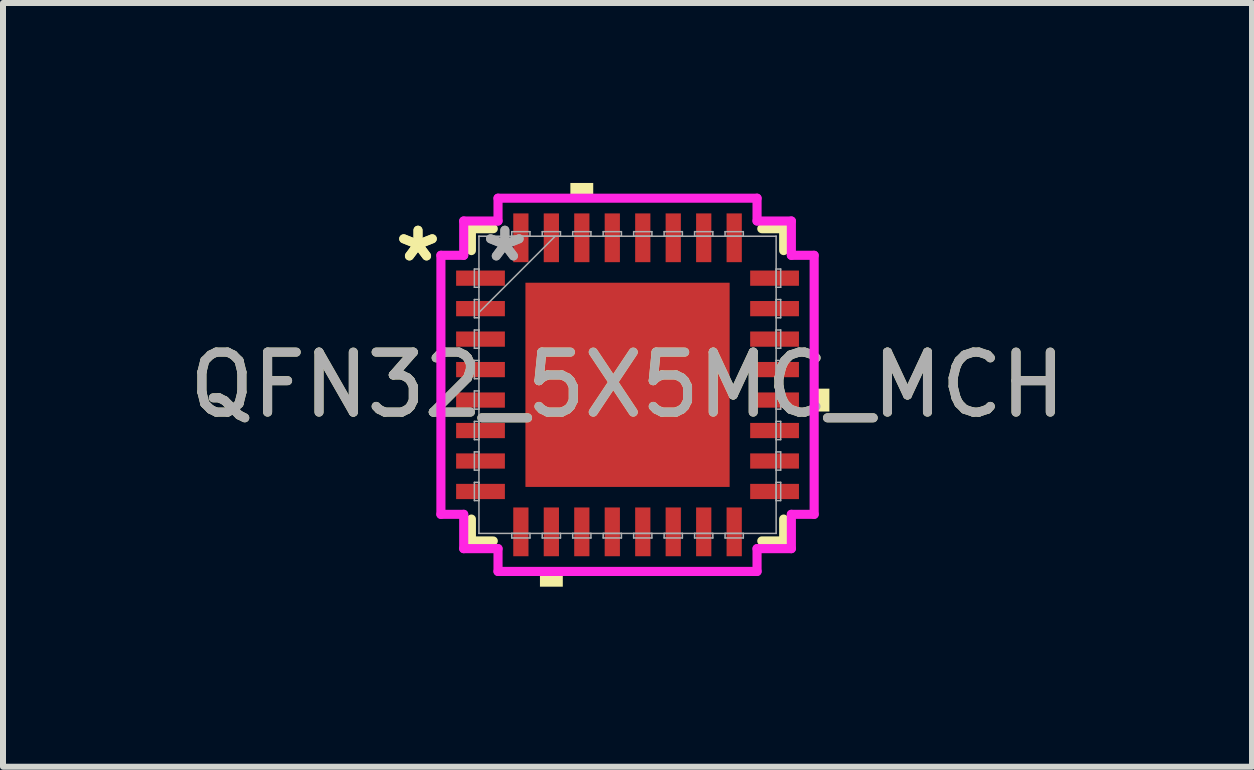
<source format=kicad_pcb>
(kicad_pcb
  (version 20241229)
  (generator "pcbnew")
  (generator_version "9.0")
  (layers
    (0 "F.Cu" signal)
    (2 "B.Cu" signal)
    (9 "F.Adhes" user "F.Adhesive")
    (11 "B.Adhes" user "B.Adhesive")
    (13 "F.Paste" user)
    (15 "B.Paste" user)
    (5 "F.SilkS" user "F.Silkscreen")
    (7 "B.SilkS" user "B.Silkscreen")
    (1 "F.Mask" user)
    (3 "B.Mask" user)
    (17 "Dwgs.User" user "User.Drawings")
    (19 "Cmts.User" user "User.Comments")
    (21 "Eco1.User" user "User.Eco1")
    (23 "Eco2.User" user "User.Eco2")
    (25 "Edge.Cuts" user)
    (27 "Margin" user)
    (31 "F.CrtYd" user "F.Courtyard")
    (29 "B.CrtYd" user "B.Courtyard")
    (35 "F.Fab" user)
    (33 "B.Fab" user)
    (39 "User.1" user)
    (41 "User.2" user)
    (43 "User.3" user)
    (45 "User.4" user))
  (footprint "QFN32_5X5MC_MCH"
    (layer "F.Cu")
    (at 7.411 3.365)
    (property "Reference" "QFN32_5X5MC_MCH" (at 0 0 0) (unlocked yes) (layer "F.SilkS") (effects (font (size 1 1) (thickness 0.15))))
    (attr smd)
    (fp_line (start -2.603 -2.603) (end -2.603 -2.238) (stroke (width 0.152) (type solid)) (layer "F.SilkS"))
    (fp_line (start -2.603 2.238) (end -2.603 2.603) (stroke (width 0.152) (type solid)) (layer "F.SilkS"))
    (fp_line (start -2.603 2.603) (end -2.238 2.603) (stroke (width 0.152) (type solid)) (layer "F.SilkS"))
    (fp_line (start -2.238 -2.603) (end -2.603 -2.603) (stroke (width 0.152) (type solid)) (layer "F.SilkS"))
    (fp_line (start 2.238 2.603) (end 2.603 2.603) (stroke (width 0.152) (type solid)) (layer "F.SilkS"))
    (fp_line (start 2.603 -2.603) (end 2.238 -2.603) (stroke (width 0.152) (type solid)) (layer "F.SilkS"))
    (fp_line (start 2.603 -2.238) (end 2.603 -2.603) (stroke (width 0.152) (type solid)) (layer "F.SilkS"))
    (fp_line (start 2.603 2.603) (end 2.603 2.238) (stroke (width 0.152) (type solid)) (layer "F.SilkS"))
    (fp_poly (pts (xy -1.46 3.111) (xy -1.46 3.365) (xy -1.079 3.365) (xy -1.079 3.111)) (stroke (width 0) (type solid)) (fill yes) (layer "F.SilkS"))
    (fp_poly (pts (xy -0.953 -3.111) (xy -0.953 -3.365) (xy -0.572 -3.365) (xy -0.572 -3.111)) (stroke (width 0) (type solid)) (fill yes) (layer "F.SilkS"))
    (fp_poly (pts (xy 3.365 0.064) (xy 3.365 0.445) (xy 3.111 0.445) (xy 3.111 0.064)) (stroke (width 0) (type solid)) (fill yes) (layer "F.SilkS"))
    (fp_poly (pts (xy -1.602 -1.602) (xy -1.602 -0.1) (xy -0.1 -0.1) (xy -0.1 -1.602)) (stroke (width 0) (type solid)) (fill yes) (layer "F.Paste"))
    (fp_poly (pts (xy -1.602 0.1) (xy -1.602 1.602) (xy -0.1 1.602) (xy -0.1 0.1)) (stroke (width 0) (type solid)) (fill yes) (layer "F.Paste"))
    (fp_poly (pts (xy 0.1 -1.602) (xy 0.1 -0.1) (xy 1.602 -0.1) (xy 1.602 -1.602)) (stroke (width 0) (type solid)) (fill yes) (layer "F.Paste"))
    (fp_poly (pts (xy 0.1 0.1) (xy 0.1 1.602) (xy 1.602 1.602) (xy 1.602 0.1)) (stroke (width 0) (type solid)) (fill yes) (layer "F.Paste"))
    (fp_line (start -3.111 -2.159) (end -2.731 -2.159) (stroke (width 0.152) (type solid)) (layer "F.CrtYd"))
    (fp_line (start -3.111 2.159) (end -3.111 -2.159) (stroke (width 0.152) (type solid)) (layer "F.CrtYd"))
    (fp_line (start -2.731 -2.731) (end -2.159 -2.731) (stroke (width 0.152) (type solid)) (layer "F.CrtYd"))
    (fp_line (start -2.731 -2.159) (end -2.731 -2.731) (stroke (width 0.152) (type solid)) (layer "F.CrtYd"))
    (fp_line (start -2.731 2.159) (end -3.111 2.159) (stroke (width 0.152) (type solid)) (layer "F.CrtYd"))
    (fp_line (start -2.731 2.731) (end -2.731 2.159) (stroke (width 0.152) (type solid)) (layer "F.CrtYd"))
    (fp_line (start -2.159 -3.111) (end 2.159 -3.111) (stroke (width 0.152) (type solid)) (layer "F.CrtYd"))
    (fp_line (start -2.159 -2.731) (end -2.159 -3.111) (stroke (width 0.152) (type solid)) (layer "F.CrtYd"))
    (fp_line (start -2.159 2.731) (end -2.731 2.731) (stroke (width 0.152) (type solid)) (layer "F.CrtYd"))
    (fp_line (start -2.159 3.111) (end -2.159 2.731) (stroke (width 0.152) (type solid)) (layer "F.CrtYd"))
    (fp_line (start 2.159 -3.111) (end 2.159 -2.731) (stroke (width 0.152) (type solid)) (layer "F.CrtYd"))
    (fp_line (start 2.159 -2.731) (end 2.731 -2.731) (stroke (width 0.152) (type solid)) (layer "F.CrtYd"))
    (fp_line (start 2.159 2.731) (end 2.159 3.111) (stroke (width 0.152) (type solid)) (layer "F.CrtYd"))
    (fp_line (start 2.159 3.111) (end -2.159 3.111) (stroke (width 0.152) (type solid)) (layer "F.CrtYd"))
    (fp_line (start 2.731 -2.731) (end 2.731 -2.159) (stroke (width 0.152) (type solid)) (layer "F.CrtYd"))
    (fp_line (start 2.731 -2.159) (end 3.111 -2.159) (stroke (width 0.152) (type solid)) (layer "F.CrtYd"))
    (fp_line (start 2.731 2.159) (end 2.731 2.731) (stroke (width 0.152) (type solid)) (layer "F.CrtYd"))
    (fp_line (start 2.731 2.731) (end 2.159 2.731) (stroke (width 0.152) (type solid)) (layer "F.CrtYd"))
    (fp_line (start 3.111 -2.159) (end 3.111 2.159) (stroke (width 0.152) (type solid)) (layer "F.CrtYd"))
    (fp_line (start 3.111 2.159) (end 2.731 2.159) (stroke (width 0.152) (type solid)) (layer "F.CrtYd"))
    (fp_line (start -2.553 -1.93) (end -2.553 -1.626) (stroke (width 0.025) (type solid)) (layer "F.Fab"))
    (fp_line (start -2.553 -1.626) (end -2.477 -1.626) (stroke (width 0.025) (type solid)) (layer "F.Fab"))
    (fp_line (start -2.553 -1.422) (end -2.553 -1.118) (stroke (width 0.025) (type solid)) (layer "F.Fab"))
    (fp_line (start -2.553 -1.118) (end -2.477 -1.118) (stroke (width 0.025) (type solid)) (layer "F.Fab"))
    (fp_line (start -2.553 -0.914) (end -2.553 -0.61) (stroke (width 0.025) (type solid)) (layer "F.Fab"))
    (fp_line (start -2.553 -0.61) (end -2.477 -0.61) (stroke (width 0.025) (type solid)) (layer "F.Fab"))
    (fp_line (start -2.553 -0.406) (end -2.553 -0.102) (stroke (width 0.025) (type solid)) (layer "F.Fab"))
    (fp_line (start -2.553 -0.102) (end -2.477 -0.102) (stroke (width 0.025) (type solid)) (layer "F.Fab"))
    (fp_line (start -2.553 0.102) (end -2.553 0.406) (stroke (width 0.025) (type solid)) (layer "F.Fab"))
    (fp_line (start -2.553 0.406) (end -2.477 0.406) (stroke (width 0.025) (type solid)) (layer "F.Fab"))
    (fp_line (start -2.553 0.61) (end -2.553 0.914) (stroke (width 0.025) (type solid)) (layer "F.Fab"))
    (fp_line (start -2.553 0.914) (end -2.477 0.914) (stroke (width 0.025) (type solid)) (layer "F.Fab"))
    (fp_line (start -2.553 1.118) (end -2.553 1.422) (stroke (width 0.025) (type solid)) (layer "F.Fab"))
    (fp_line (start -2.553 1.422) (end -2.477 1.422) (stroke (width 0.025) (type solid)) (layer "F.Fab"))
    (fp_line (start -2.553 1.626) (end -2.553 1.93) (stroke (width 0.025) (type solid)) (layer "F.Fab"))
    (fp_line (start -2.553 1.93) (end -2.477 1.93) (stroke (width 0.025) (type solid)) (layer "F.Fab"))
    (fp_line (start -2.477 -2.477) (end -2.477 -2.477) (stroke (width 0.025) (type solid)) (layer "F.Fab"))
    (fp_line (start -2.477 -2.477) (end -2.477 2.477) (stroke (width 0.025) (type solid)) (layer "F.Fab"))
    (fp_line (start -2.477 -1.93) (end -2.553 -1.93) (stroke (width 0.025) (type solid)) (layer "F.Fab"))
    (fp_line (start -2.477 -1.626) (end -2.477 -1.93) (stroke (width 0.025) (type solid)) (layer "F.Fab"))
    (fp_line (start -2.477 -1.422) (end -2.553 -1.422) (stroke (width 0.025) (type solid)) (layer "F.Fab"))
    (fp_line (start -2.477 -1.206) (end -1.206 -2.477) (stroke (width 0.025) (type solid)) (layer "F.Fab"))
    (fp_line (start -2.477 -1.118) (end -2.477 -1.422) (stroke (width 0.025) (type solid)) (layer "F.Fab"))
    (fp_line (start -2.477 -0.914) (end -2.553 -0.914) (stroke (width 0.025) (type solid)) (layer "F.Fab"))
    (fp_line (start -2.477 -0.61) (end -2.477 -0.914) (stroke (width 0.025) (type solid)) (layer "F.Fab"))
    (fp_line (start -2.477 -0.406) (end -2.553 -0.406) (stroke (width 0.025) (type solid)) (layer "F.Fab"))
    (fp_line (start -2.477 -0.102) (end -2.477 -0.406) (stroke (width 0.025) (type solid)) (layer "F.Fab"))
    (fp_line (start -2.477 0.102) (end -2.553 0.102) (stroke (width 0.025) (type solid)) (layer "F.Fab"))
    (fp_line (start -2.477 0.406) (end -2.477 0.102) (stroke (width 0.025) (type solid)) (layer "F.Fab"))
    (fp_line (start -2.477 0.61) (end -2.553 0.61) (stroke (width 0.025) (type solid)) (layer "F.Fab"))
    (fp_line (start -2.477 0.914) (end -2.477 0.61) (stroke (width 0.025) (type solid)) (layer "F.Fab"))
    (fp_line (start -2.477 1.118) (end -2.553 1.118) (stroke (width 0.025) (type solid)) (layer "F.Fab"))
    (fp_line (start -2.477 1.422) (end -2.477 1.118) (stroke (width 0.025) (type solid)) (layer "F.Fab"))
    (fp_line (start -2.477 1.626) (end -2.553 1.626) (stroke (width 0.025) (type solid)) (layer "F.Fab"))
    (fp_line (start -2.477 1.93) (end -2.477 1.626) (stroke (width 0.025) (type solid)) (layer "F.Fab"))
    (fp_line (start -2.477 2.477) (end -2.477 2.477) (stroke (width 0.025) (type solid)) (layer "F.Fab"))
    (fp_line (start -2.477 2.477) (end 2.477 2.477) (stroke (width 0.025) (type solid)) (layer "F.Fab"))
    (fp_line (start -1.93 -2.553) (end -1.93 -2.477) (stroke (width 0.025) (type solid)) (layer "F.Fab"))
    (fp_line (start -1.93 -2.477) (end -1.626 -2.477) (stroke (width 0.025) (type solid)) (layer "F.Fab"))
    (fp_line (start -1.93 2.477) (end -1.93 2.553) (stroke (width 0.025) (type solid)) (layer "F.Fab"))
    (fp_line (start -1.93 2.553) (end -1.626 2.553) (stroke (width 0.025) (type solid)) (layer "F.Fab"))
    (fp_line (start -1.626 -2.553) (end -1.93 -2.553) (stroke (width 0.025) (type solid)) (layer "F.Fab"))
    (fp_line (start -1.626 -2.477) (end -1.626 -2.553) (stroke (width 0.025) (type solid)) (layer "F.Fab"))
    (fp_line (start -1.626 2.477) (end -1.93 2.477) (stroke (width 0.025) (type solid)) (layer "F.Fab"))
    (fp_line (start -1.626 2.553) (end -1.626 2.477) (stroke (width 0.025) (type solid)) (layer "F.Fab"))
    (fp_line (start -1.422 -2.553) (end -1.422 -2.477) (stroke (width 0.025) (type solid)) (layer "F.Fab"))
    (fp_line (start -1.422 -2.477) (end -1.118 -2.477) (stroke (width 0.025) (type solid)) (layer "F.Fab"))
    (fp_line (start -1.422 2.477) (end -1.422 2.553) (stroke (width 0.025) (type solid)) (layer "F.Fab"))
    (fp_line (start -1.422 2.553) (end -1.118 2.553) (stroke (width 0.025) (type solid)) (layer "F.Fab"))
    (fp_line (start -1.118 -2.553) (end -1.422 -2.553) (stroke (width 0.025) (type solid)) (layer "F.Fab"))
    (fp_line (start -1.118 -2.477) (end -1.118 -2.553) (stroke (width 0.025) (type solid)) (layer "F.Fab"))
    (fp_line (start -1.118 2.477) (end -1.422 2.477) (stroke (width 0.025) (type solid)) (layer "F.Fab"))
    (fp_line (start -1.118 2.553) (end -1.118 2.477) (stroke (width 0.025) (type solid)) (layer "F.Fab"))
    (fp_line (start -0.914 -2.553) (end -0.914 -2.477) (stroke (width 0.025) (type solid)) (layer "F.Fab"))
    (fp_line (start -0.914 -2.477) (end -0.61 -2.477) (stroke (width 0.025) (type solid)) (layer "F.Fab"))
    (fp_line (start -0.914 2.477) (end -0.914 2.553) (stroke (width 0.025) (type solid)) (layer "F.Fab"))
    (fp_line (start -0.914 2.553) (end -0.61 2.553) (stroke (width 0.025) (type solid)) (layer "F.Fab"))
    (fp_line (start -0.61 -2.553) (end -0.914 -2.553) (stroke (width 0.025) (type solid)) (layer "F.Fab"))
    (fp_line (start -0.61 -2.477) (end -0.61 -2.553) (stroke (width 0.025) (type solid)) (layer "F.Fab"))
    (fp_line (start -0.61 2.477) (end -0.914 2.477) (stroke (width 0.025) (type solid)) (layer "F.Fab"))
    (fp_line (start -0.61 2.553) (end -0.61 2.477) (stroke (width 0.025) (type solid)) (layer "F.Fab"))
    (fp_line (start -0.406 -2.553) (end -0.406 -2.477) (stroke (width 0.025) (type solid)) (layer "F.Fab"))
    (fp_line (start -0.406 -2.477) (end -0.102 -2.477) (stroke (width 0.025) (type solid)) (layer "F.Fab"))
    (fp_line (start -0.406 2.477) (end -0.406 2.553) (stroke (width 0.025) (type solid)) (layer "F.Fab"))
    (fp_line (start -0.406 2.553) (end -0.102 2.553) (stroke (width 0.025) (type solid)) (layer "F.Fab"))
    (fp_line (start -0.102 -2.553) (end -0.406 -2.553) (stroke (width 0.025) (type solid)) (layer "F.Fab"))
    (fp_line (start -0.102 -2.477) (end -0.102 -2.553) (stroke (width 0.025) (type solid)) (layer "F.Fab"))
    (fp_line (start -0.102 2.477) (end -0.406 2.477) (stroke (width 0.025) (type solid)) (layer "F.Fab"))
    (fp_line (start -0.102 2.553) (end -0.102 2.477) (stroke (width 0.025) (type solid)) (layer "F.Fab"))
    (fp_line (start 0.102 -2.553) (end 0.102 -2.477) (stroke (width 0.025) (type solid)) (layer "F.Fab"))
    (fp_line (start 0.102 -2.477) (end 0.406 -2.477) (stroke (width 0.025) (type solid)) (layer "F.Fab"))
    (fp_line (start 0.102 2.477) (end 0.102 2.553) (stroke (width 0.025) (type solid)) (layer "F.Fab"))
    (fp_line (start 0.102 2.553) (end 0.406 2.553) (stroke (width 0.025) (type solid)) (layer "F.Fab"))
    (fp_line (start 0.406 -2.553) (end 0.102 -2.553) (stroke (width 0.025) (type solid)) (layer "F.Fab"))
    (fp_line (start 0.406 -2.477) (end 0.406 -2.553) (stroke (width 0.025) (type solid)) (layer "F.Fab"))
    (fp_line (start 0.406 2.477) (end 0.102 2.477) (stroke (width 0.025) (type solid)) (layer "F.Fab"))
    (fp_line (start 0.406 2.553) (end 0.406 2.477) (stroke (width 0.025) (type solid)) (layer "F.Fab"))
    (fp_line (start 0.61 -2.553) (end 0.61 -2.477) (stroke (width 0.025) (type solid)) (layer "F.Fab"))
    (fp_line (start 0.61 -2.477) (end 0.914 -2.477) (stroke (width 0.025) (type solid)) (layer "F.Fab"))
    (fp_line (start 0.61 2.477) (end 0.61 2.553) (stroke (width 0.025) (type solid)) (layer "F.Fab"))
    (fp_line (start 0.61 2.553) (end 0.914 2.553) (stroke (width 0.025) (type solid)) (layer "F.Fab"))
    (fp_line (start 0.914 -2.553) (end 0.61 -2.553) (stroke (width 0.025) (type solid)) (layer "F.Fab"))
    (fp_line (start 0.914 -2.477) (end 0.914 -2.553) (stroke (width 0.025) (type solid)) (layer "F.Fab"))
    (fp_line (start 0.914 2.477) (end 0.61 2.477) (stroke (width 0.025) (type solid)) (layer "F.Fab"))
    (fp_line (start 0.914 2.553) (end 0.914 2.477) (stroke (width 0.025) (type solid)) (layer "F.Fab"))
    (fp_line (start 1.118 -2.553) (end 1.118 -2.477) (stroke (width 0.025) (type solid)) (layer "F.Fab"))
    (fp_line (start 1.118 -2.477) (end 1.422 -2.477) (stroke (width 0.025) (type solid)) (layer "F.Fab"))
    (fp_line (start 1.118 2.477) (end 1.118 2.553) (stroke (width 0.025) (type solid)) (layer "F.Fab"))
    (fp_line (start 1.118 2.553) (end 1.422 2.553) (stroke (width 0.025) (type solid)) (layer "F.Fab"))
    (fp_line (start 1.422 -2.553) (end 1.118 -2.553) (stroke (width 0.025) (type solid)) (layer "F.Fab"))
    (fp_line (start 1.422 -2.477) (end 1.422 -2.553) (stroke (width 0.025) (type solid)) (layer "F.Fab"))
    (fp_line (start 1.422 2.477) (end 1.118 2.477) (stroke (width 0.025) (type solid)) (layer "F.Fab"))
    (fp_line (start 1.422 2.553) (end 1.422 2.477) (stroke (width 0.025) (type solid)) (layer "F.Fab"))
    (fp_line (start 1.626 -2.553) (end 1.626 -2.477) (stroke (width 0.025) (type solid)) (layer "F.Fab"))
    (fp_line (start 1.626 -2.477) (end 1.93 -2.477) (stroke (width 0.025) (type solid)) (layer "F.Fab"))
    (fp_line (start 1.626 2.477) (end 1.626 2.553) (stroke (width 0.025) (type solid)) (layer "F.Fab"))
    (fp_line (start 1.626 2.553) (end 1.93 2.553) (stroke (width 0.025) (type solid)) (layer "F.Fab"))
    (fp_line (start 1.93 -2.553) (end 1.626 -2.553) (stroke (width 0.025) (type solid)) (layer "F.Fab"))
    (fp_line (start 1.93 -2.477) (end 1.93 -2.553) (stroke (width 0.025) (type solid)) (layer "F.Fab"))
    (fp_line (start 1.93 2.477) (end 1.626 2.477) (stroke (width 0.025) (type solid)) (layer "F.Fab"))
    (fp_line (start 1.93 2.553) (end 1.93 2.477) (stroke (width 0.025) (type solid)) (layer "F.Fab"))
    (fp_line (start 2.477 -2.477) (end -2.477 -2.477) (stroke (width 0.025) (type solid)) (layer "F.Fab"))
    (fp_line (start 2.477 -2.477) (end 2.477 -2.477) (stroke (width 0.025) (type solid)) (layer "F.Fab"))
    (fp_line (start 2.477 -1.93) (end 2.477 -1.626) (stroke (width 0.025) (type solid)) (layer "F.Fab"))
    (fp_line (start 2.477 -1.626) (end 2.553 -1.626) (stroke (width 0.025) (type solid)) (layer "F.Fab"))
    (fp_line (start 2.477 -1.422) (end 2.477 -1.118) (stroke (width 0.025) (type solid)) (layer "F.Fab"))
    (fp_line (start 2.477 -1.118) (end 2.553 -1.118) (stroke (width 0.025) (type solid)) (layer "F.Fab"))
    (fp_line (start 2.477 -0.914) (end 2.477 -0.61) (stroke (width 0.025) (type solid)) (layer "F.Fab"))
    (fp_line (start 2.477 -0.61) (end 2.553 -0.61) (stroke (width 0.025) (type solid)) (layer "F.Fab"))
    (fp_line (start 2.477 -0.406) (end 2.477 -0.102) (stroke (width 0.025) (type solid)) (layer "F.Fab"))
    (fp_line (start 2.477 -0.102) (end 2.553 -0.102) (stroke (width 0.025) (type solid)) (layer "F.Fab"))
    (fp_line (start 2.477 0.102) (end 2.477 0.406) (stroke (width 0.025) (type solid)) (layer "F.Fab"))
    (fp_line (start 2.477 0.406) (end 2.553 0.406) (stroke (width 0.025) (type solid)) (layer "F.Fab"))
    (fp_line (start 2.477 0.61) (end 2.477 0.914) (stroke (width 0.025) (type solid)) (layer "F.Fab"))
    (fp_line (start 2.477 0.914) (end 2.553 0.914) (stroke (width 0.025) (type solid)) (layer "F.Fab"))
    (fp_line (start 2.477 1.118) (end 2.477 1.422) (stroke (width 0.025) (type solid)) (layer "F.Fab"))
    (fp_line (start 2.477 1.422) (end 2.553 1.422) (stroke (width 0.025) (type solid)) (layer "F.Fab"))
    (fp_line (start 2.477 1.626) (end 2.477 1.93) (stroke (width 0.025) (type solid)) (layer "F.Fab"))
    (fp_line (start 2.477 1.93) (end 2.553 1.93) (stroke (width 0.025) (type solid)) (layer "F.Fab"))
    (fp_line (start 2.477 2.477) (end 2.477 -2.477) (stroke (width 0.025) (type solid)) (layer "F.Fab"))
    (fp_line (start 2.477 2.477) (end 2.477 2.477) (stroke (width 0.025) (type solid)) (layer "F.Fab"))
    (fp_line (start 2.553 -1.93) (end 2.477 -1.93) (stroke (width 0.025) (type solid)) (layer "F.Fab"))
    (fp_line (start 2.553 -1.626) (end 2.553 -1.93) (stroke (width 0.025) (type solid)) (layer "F.Fab"))
    (fp_line (start 2.553 -1.422) (end 2.477 -1.422) (stroke (width 0.025) (type solid)) (layer "F.Fab"))
    (fp_line (start 2.553 -1.118) (end 2.553 -1.422) (stroke (width 0.025) (type solid)) (layer "F.Fab"))
    (fp_line (start 2.553 -0.914) (end 2.477 -0.914) (stroke (width 0.025) (type solid)) (layer "F.Fab"))
    (fp_line (start 2.553 -0.61) (end 2.553 -0.914) (stroke (width 0.025) (type solid)) (layer "F.Fab"))
    (fp_line (start 2.553 -0.406) (end 2.477 -0.406) (stroke (width 0.025) (type solid)) (layer "F.Fab"))
    (fp_line (start 2.553 -0.102) (end 2.553 -0.406) (stroke (width 0.025) (type solid)) (layer "F.Fab"))
    (fp_line (start 2.553 0.102) (end 2.477 0.102) (stroke (width 0.025) (type solid)) (layer "F.Fab"))
    (fp_line (start 2.553 0.406) (end 2.553 0.102) (stroke (width 0.025) (type solid)) (layer "F.Fab"))
    (fp_line (start 2.553 0.61) (end 2.477 0.61) (stroke (width 0.025) (type solid)) (layer "F.Fab"))
    (fp_line (start 2.553 0.914) (end 2.553 0.61) (stroke (width 0.025) (type solid)) (layer "F.Fab"))
    (fp_line (start 2.553 1.118) (end 2.477 1.118) (stroke (width 0.025) (type solid)) (layer "F.Fab"))
    (fp_line (start 2.553 1.422) (end 2.553 1.118) (stroke (width 0.025) (type solid)) (layer "F.Fab"))
    (fp_line (start 2.553 1.626) (end 2.477 1.626) (stroke (width 0.025) (type solid)) (layer "F.Fab"))
    (fp_line (start 2.553 1.93) (end 2.553 1.626) (stroke (width 0.025) (type solid)) (layer "F.Fab"))
    (fp_text user "*" (at -3.493 -2.032 0) (unlocked yes) (layer "F.SilkS") (effects (font (size 1 1) (thickness 0.15))))
    (fp_text user "*" (at -3.493 -2.032 0) (layer "F.SilkS") (effects (font (size 1 1) (thickness 0.15))))
    (fp_text user "*" (at -2.045 -2.032 0) (layer "F.Fab") (effects (font (size 1 1) (thickness 0.15))))
    (fp_text user "${REFERENCE}" (at 0 0 0) (unlocked yes) (layer "F.Fab") (effects (font (size 1 1) (thickness 0.15))))
    (fp_text user "*" (at -2.045 -2.032 0) (unlocked yes) (layer "F.Fab") (effects (font (size 1 1) (thickness 0.15))))
    (pad "1" smd rect (at -2.451 -1.778 90) (size 0.254 0.813) (layers "F.Cu" "F.Mask" "F.Paste"))
    (pad "2" smd rect (at -2.451 -1.27 90) (size 0.254 0.813) (layers "F.Cu" "F.Mask" "F.Paste"))
    (pad "3" smd rect (at -2.451 -0.762 90) (size 0.254 0.813) (layers "F.Cu" "F.Mask" "F.Paste"))
    (pad "4" smd rect (at -2.451 -0.254 90) (size 0.254 0.813) (layers "F.Cu" "F.Mask" "F.Paste"))
    (pad "5" smd rect (at -2.451 0.254 90) (size 0.254 0.813) (layers "F.Cu" "F.Mask" "F.Paste"))
    (pad "6" smd rect (at -2.451 0.762 90) (size 0.254 0.813) (layers "F.Cu" "F.Mask" "F.Paste"))
    (pad "7" smd rect (at -2.451 1.27 90) (size 0.254 0.813) (layers "F.Cu" "F.Mask" "F.Paste"))
    (pad "8" smd rect (at -2.451 1.778 90) (size 0.254 0.813) (layers "F.Cu" "F.Mask" "F.Paste"))
    (pad "9" smd rect (at -1.778 2.451) (size 0.254 0.813) (layers "F.Cu" "F.Mask" "F.Paste"))
    (pad "10" smd rect (at -1.27 2.451) (size 0.254 0.813) (layers "F.Cu" "F.Mask" "F.Paste"))
    (pad "11" smd rect (at -0.762 2.451) (size 0.254 0.813) (layers "F.Cu" "F.Mask" "F.Paste"))
    (pad "12" smd rect (at -0.254 2.451) (size 0.254 0.813) (layers "F.Cu" "F.Mask" "F.Paste"))
    (pad "13" smd rect (at 0.254 2.451) (size 0.254 0.813) (layers "F.Cu" "F.Mask" "F.Paste"))
    (pad "14" smd rect (at 0.762 2.451) (size 0.254 0.813) (layers "F.Cu" "F.Mask" "F.Paste"))
    (pad "15" smd rect (at 1.27 2.451) (size 0.254 0.813) (layers "F.Cu" "F.Mask" "F.Paste"))
    (pad "16" smd rect (at 1.778 2.451) (size 0.254 0.813) (layers "F.Cu" "F.Mask" "F.Paste"))
    (pad "17" smd rect (at 2.451 1.778 90) (size 0.254 0.813) (layers "F.Cu" "F.Mask" "F.Paste"))
    (pad "18" smd rect (at 2.451 1.27 90) (size 0.254 0.813) (layers "F.Cu" "F.Mask" "F.Paste"))
    (pad "19" smd rect (at 2.451 0.762 90) (size 0.254 0.813) (layers "F.Cu" "F.Mask" "F.Paste"))
    (pad "20" smd rect (at 2.451 0.254 90) (size 0.254 0.813) (layers "F.Cu" "F.Mask" "F.Paste"))
    (pad "21" smd rect (at 2.451 -0.254 90) (size 0.254 0.813) (layers "F.Cu" "F.Mask" "F.Paste"))
    (pad "22" smd rect (at 2.451 -0.762 90) (size 0.254 0.813) (layers "F.Cu" "F.Mask" "F.Paste"))
    (pad "23" smd rect (at 2.451 -1.27 90) (size 0.254 0.813) (layers "F.Cu" "F.Mask" "F.Paste"))
    (pad "24" smd rect (at 2.451 -1.778 90) (size 0.254 0.813) (layers "F.Cu" "F.Mask" "F.Paste"))
    (pad "25" smd rect (at 1.778 -2.451) (size 0.254 0.813) (layers "F.Cu" "F.Mask" "F.Paste"))
    (pad "26" smd rect (at 1.27 -2.451) (size 0.254 0.813) (layers "F.Cu" "F.Mask" "F.Paste"))
    (pad "27" smd rect (at 0.762 -2.451) (size 0.254 0.813) (layers "F.Cu" "F.Mask" "F.Paste"))
    (pad "28" smd rect (at 0.254 -2.451) (size 0.254 0.813) (layers "F.Cu" "F.Mask" "F.Paste"))
    (pad "29" smd rect (at -0.254 -2.451) (size 0.254 0.813) (layers "F.Cu" "F.Mask" "F.Paste"))
    (pad "30" smd rect (at -0.762 -2.451) (size 0.254 0.813) (layers "F.Cu" "F.Mask" "F.Paste"))
    (pad "31" smd rect (at -1.27 -2.451) (size 0.254 0.813) (layers "F.Cu" "F.Mask" "F.Paste"))
    (pad "32" smd rect (at -1.778 -2.451) (size 0.254 0.813) (layers "F.Cu" "F.Mask" "F.Paste"))
    (pad "33" smd rect (at 0 0) (size 3.404 3.404) (layers "F.Cu" "F.Mask")))
  (gr_rect
    (start -3 -3)
    (end 17.821 9.731)
    (stroke (width 0.1) (type default))
    (fill no)
    (layer "Edge.Cuts")))
</source>
